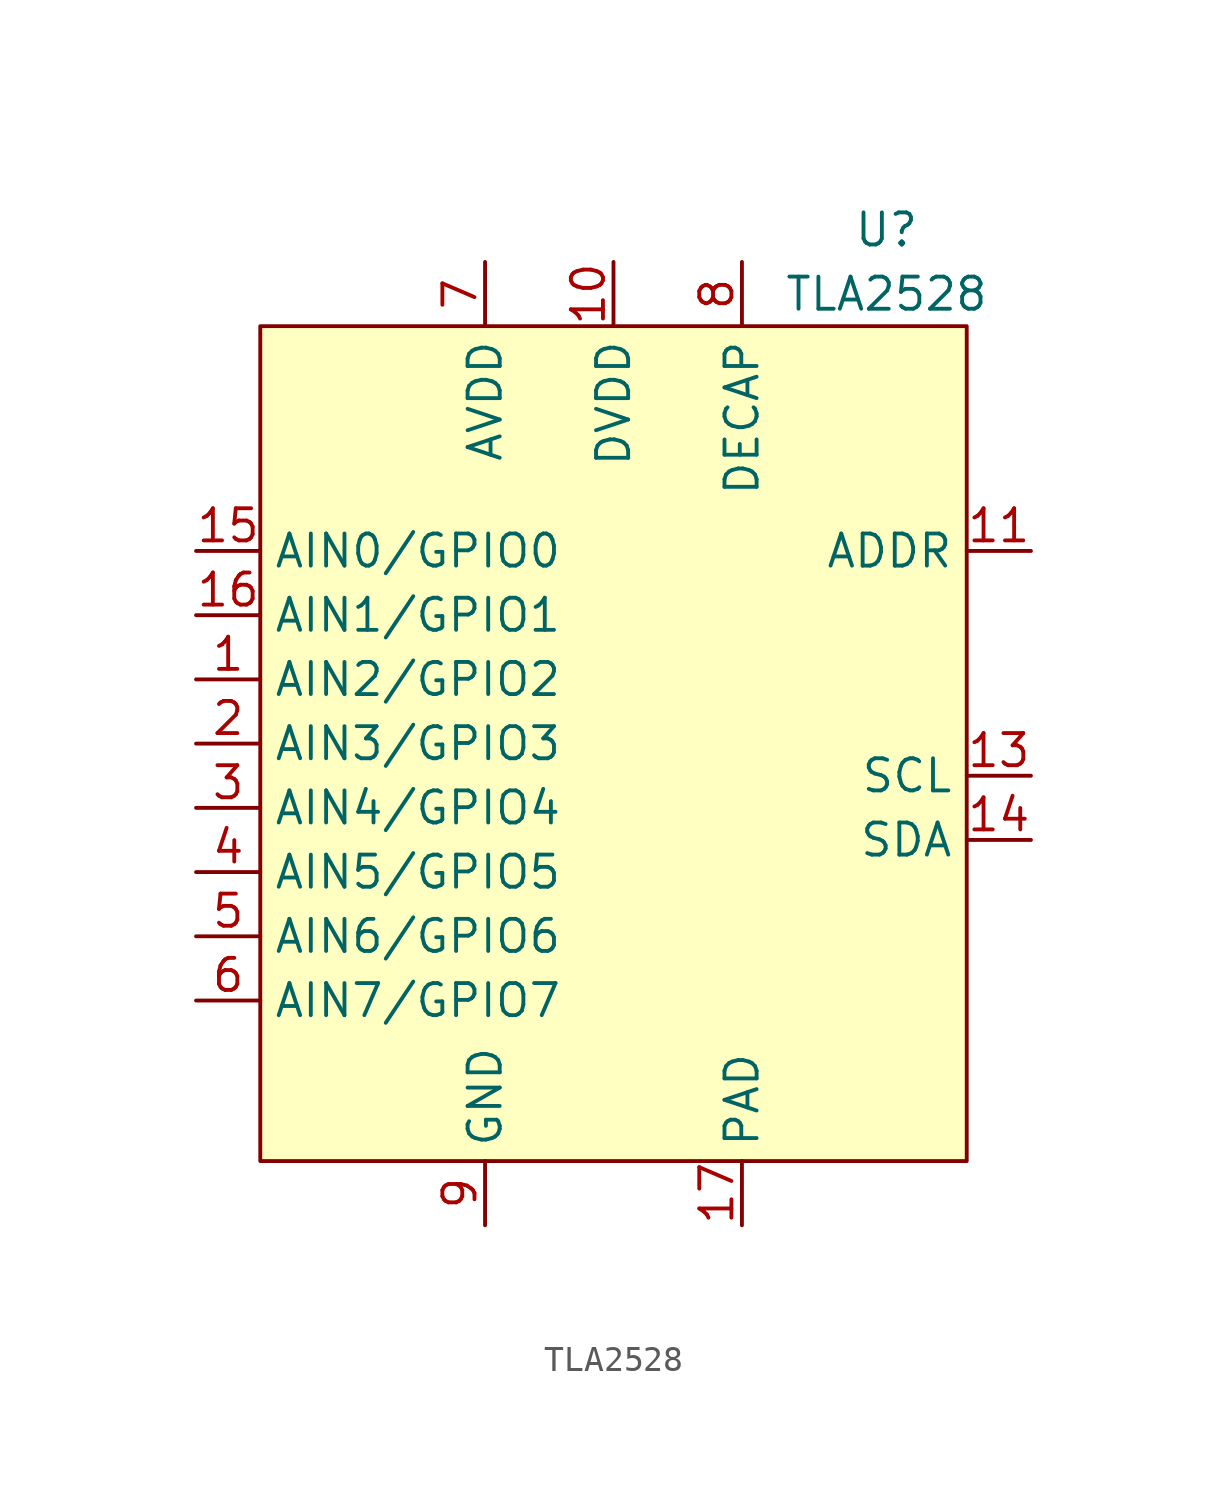
<source format=kicad_sym>
(kicad_symbol_lib
  (version 20220914)
  (generator kicad_symbol_editor)
  (symbol "TLA2528"
    (property "Reference" "U"
      (at 10.795 21.59 0)
      (effects (font (size 1.27 1.27))))
    (property "Value" "TLA2528"
      (at 10.795 19.05 0)
      (effects (font (size 1.27 1.27))))
    (symbol "TLA2528_0_1"
      (rectangle (start -13.97 17.78) (end 13.97 -15.24) (stroke (width 0) (type default)) (fill (type background))))
    (symbol "TLA2528_1_1"
      (pin bidirectional line (at -16.51 3.81 0) (length 2.54) (name "AIN2/GPIO2" (effects (font (size 1.27 1.27)))) (number "1" (effects (font (size 1.27 1.27)))))
      (pin passive line (at 0 20.32 270) (length 2.54) (name "DVDD" (effects (font (size 1.27 1.27)))) (number "10" (effects (font (size 1.27 1.27)))))
      (pin input line (at 16.51 8.89 180) (length 2.54) (name "ADDR" (effects (font (size 1.27 1.27)))) (number "11" (effects (font (size 1.27 1.27)))))
      (pin no_connect non_logic (at 13.97 3.175 180) (length 0) hide (name "NC" (effects (font (size 1.27 1.27)))) (number "12" (effects (font (size 1.27 1.27)))))
      (pin bidirectional line (at 16.51 0 180) (length 2.54) (name "SCL" (effects (font (size 1.27 1.27)))) (number "13" (effects (font (size 1.27 1.27)))))
      (pin bidirectional line (at 16.51 -2.54 180) (length 2.54) (name "SDA" (effects (font (size 1.27 1.27)))) (number "14" (effects (font (size 1.27 1.27)))))
      (pin bidirectional line (at -16.51 8.89 0) (length 2.54) (name "AIN0/GPIO0" (effects (font (size 1.27 1.27)))) (number "15" (effects (font (size 1.27 1.27)))))
      (pin bidirectional line (at -16.51 6.35 0) (length 2.54) (name "AIN1/GPIO1" (effects (font (size 1.27 1.27)))) (number "16" (effects (font (size 1.27 1.27)))))
      (pin passive line (at 5.08 -17.78 90) (length 2.54) (name "PAD" (effects (font (size 1.27 1.27)))) (number "17" (effects (font (size 1.27 1.27)))))
      (pin bidirectional line (at -16.51 1.27 0) (length 2.54) (name "AIN3/GPIO3" (effects (font (size 1.27 1.27)))) (number "2" (effects (font (size 1.27 1.27)))))
      (pin bidirectional line (at -16.51 -1.27 0) (length 2.54) (name "AIN4/GPIO4" (effects (font (size 1.27 1.27)))) (number "3" (effects (font (size 1.27 1.27)))))
      (pin bidirectional line (at -16.51 -3.81 0) (length 2.54) (name "AIN5/GPIO5" (effects (font (size 1.27 1.27)))) (number "4" (effects (font (size 1.27 1.27)))))
      (pin bidirectional line (at -16.51 -6.35 0) (length 2.54) (name "AIN6/GPIO6" (effects (font (size 1.27 1.27)))) (number "5" (effects (font (size 1.27 1.27)))))
      (pin bidirectional line (at -16.51 -8.89 0) (length 2.54) (name "AIN7/GPIO7" (effects (font (size 1.27 1.27)))) (number "6" (effects (font (size 1.27 1.27)))))
      (pin passive line (at -5.08 20.32 270) (length 2.54) (name "AVDD" (effects (font (size 1.27 1.27)))) (number "7" (effects (font (size 1.27 1.27)))))
      (pin passive line (at 5.08 20.32 270) (length 2.54) (name "DECAP" (effects (font (size 1.27 1.27)))) (number "8" (effects (font (size 1.27 1.27)))))
      (pin passive line (at -5.08 -17.78 90) (length 2.54) (name "GND" (effects (font (size 1.27 1.27)))) (number "9" (effects (font (size 1.27 1.27))))))))
</source>
